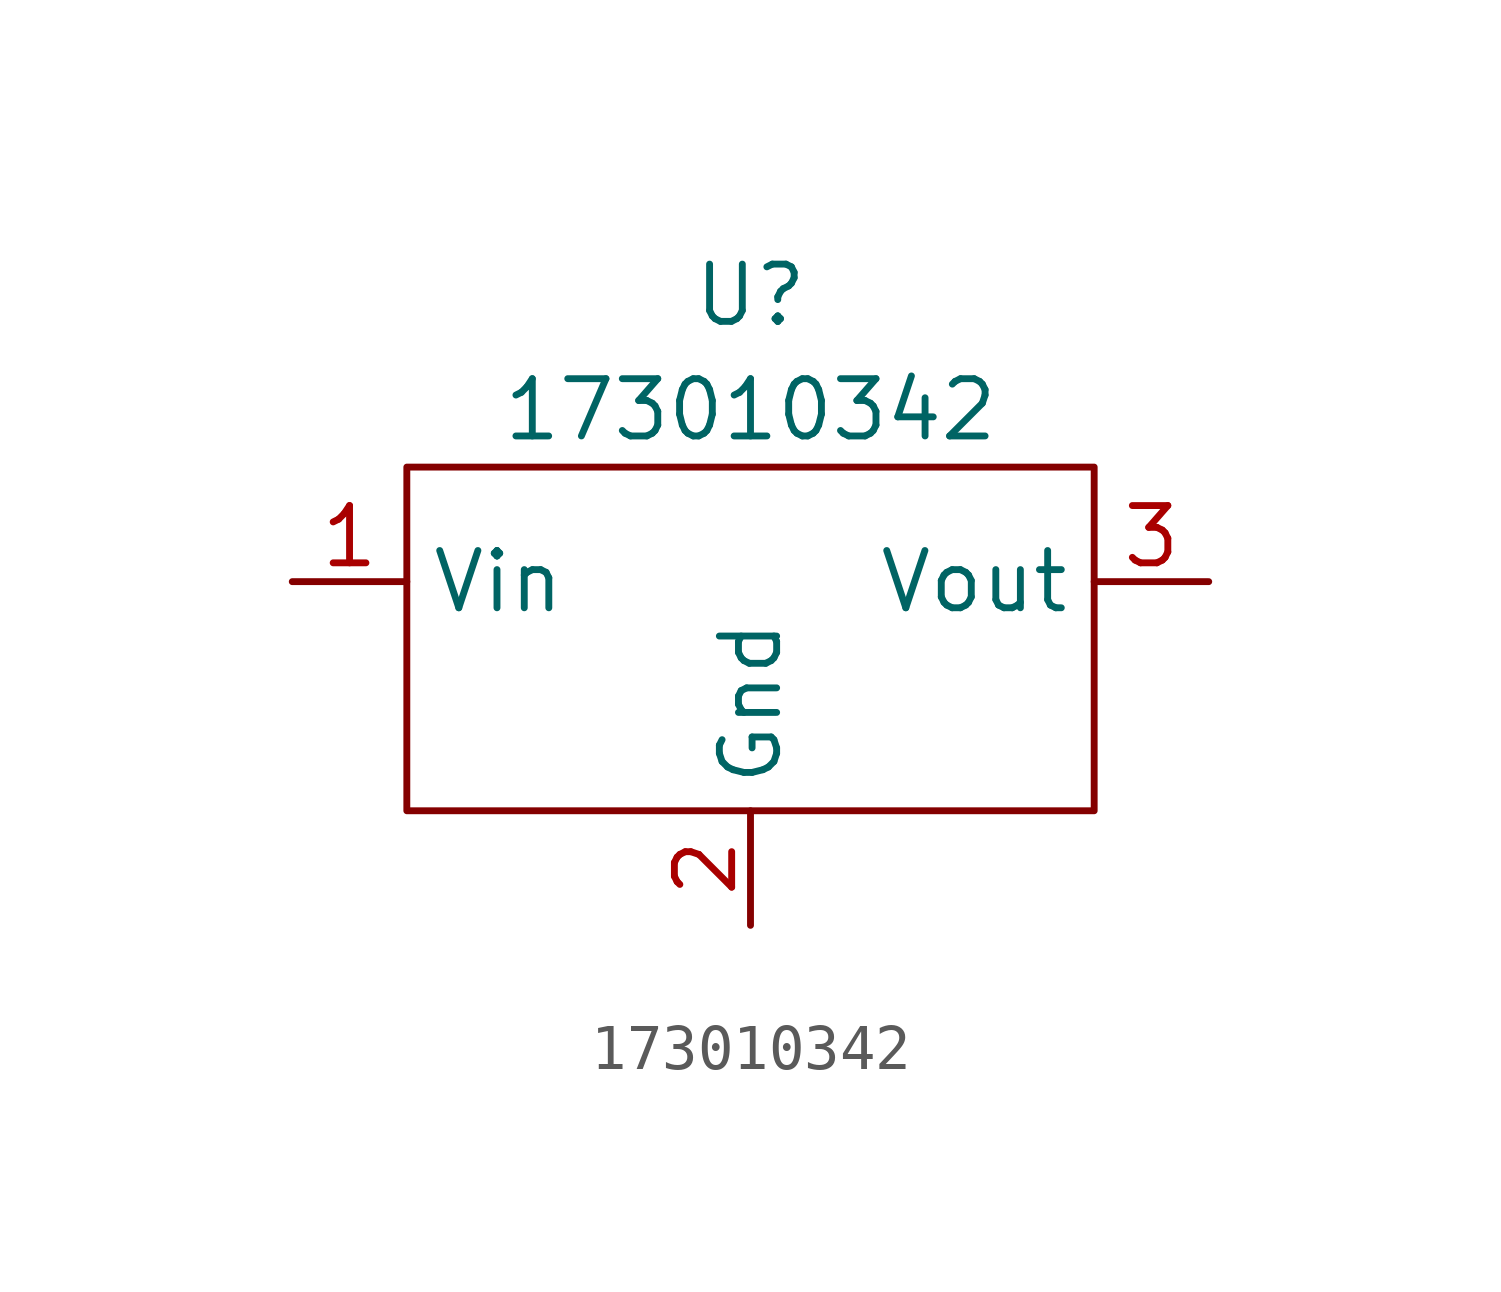
<source format=kicad_sym>
(kicad_symbol_lib
  (version 20211014)
  (generator kicad_symbol_editor)
  (symbol "173010342"
    (property "Reference" "U"
      (at 0 7.62 0)
      (effects (font (size 1.27 1.27))))
    (property "Value" "173010342"
      (at 0 5.08 0)
      (effects (font (size 1.27 1.27))))
    (symbol "173010342_0_1"
      (rectangle (start -7.62 3.81) (end 7.62 -3.81) (stroke (width 0) (type default) (color 0 0 0 0)) (fill (type none))))
    (symbol "173010342_1_1"
      (pin input line (at -10.16 1.27 0) (length 2.54) (name "Vin" (effects (font (size 1.27 1.27)))) (number "1" (effects (font (size 1.27 1.27)))))
      (pin input line (at 0 -6.35 90) (length 2.54) (name "Gnd" (effects (font (size 1.27 1.27)))) (number "2" (effects (font (size 1.27 1.27)))))
      (pin output line (at 10.16 1.27 180) (length 2.54) (name "Vout" (effects (font (size 1.27 1.27)))) (number "3" (effects (font (size 1.27 1.27))))))))
</source>
